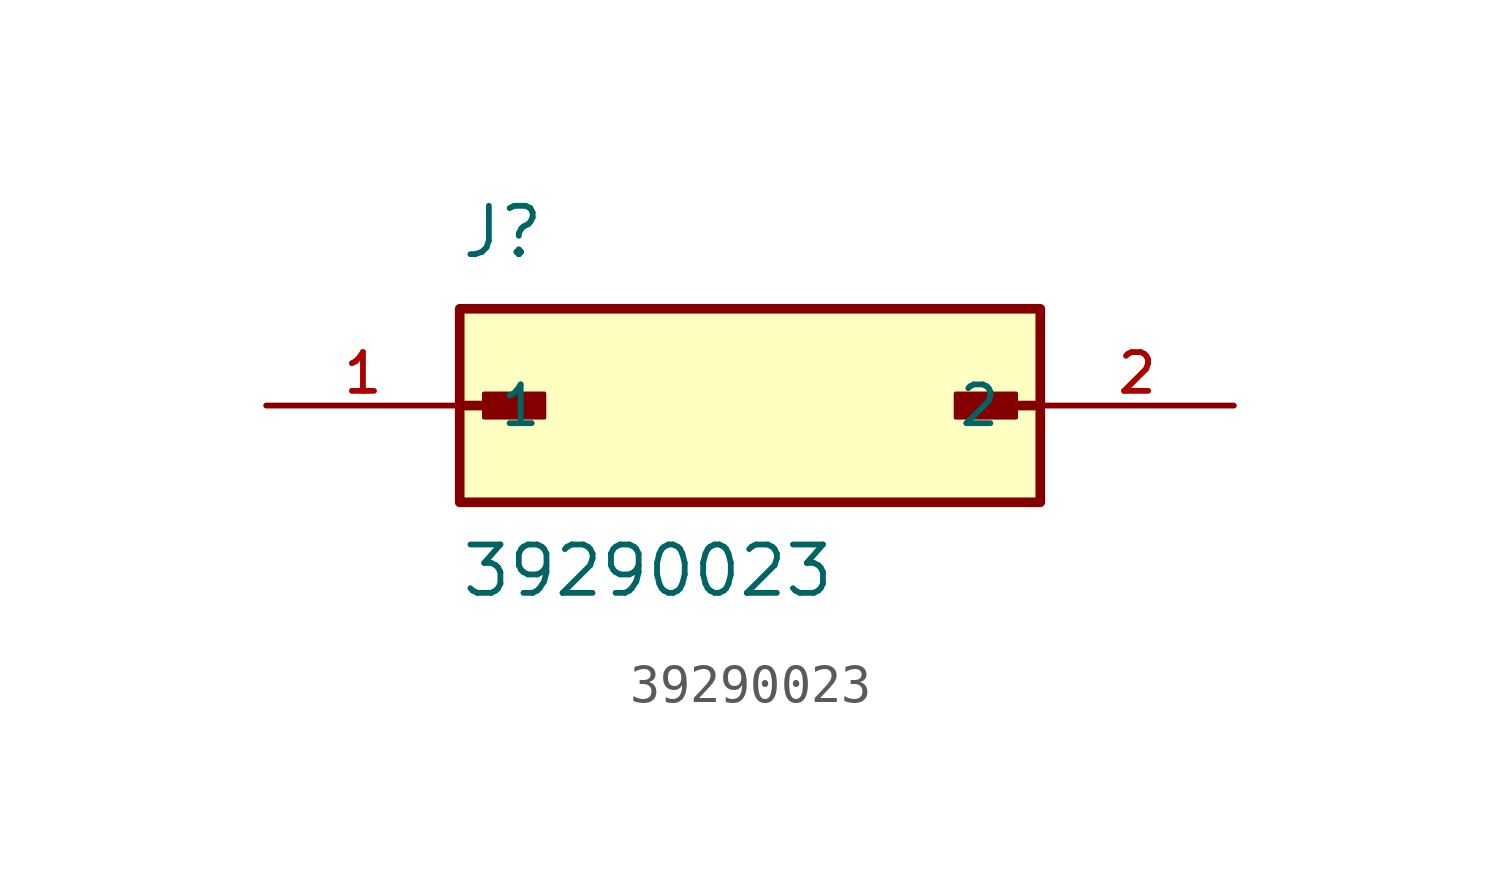
<source format=kicad_sym>
(kicad_symbol_lib
  (version 20211014)
  (generator kicad_symbol_editor)
  (symbol "39290023"
    (pin_names
      (offset 1.016))
    (property "Reference" "J"
      (at -7.62 3.81 0)
      (effects (font (size 1.27 1.27)) (justify bottom left)))
    (property "Value" "39290023"
      (at -7.62 -5.08 0)
      (effects (font (size 1.27 1.27)) (justify bottom left)))
    (symbol "39290023_0_0"
      (polyline (pts (xy -7.62 0.0) (xy -5.715 0.0)) (stroke (width 0.254)))
      (rectangle (start -6.985 -0.318) (end -5.397 0.318) (stroke (width 0.1)) (fill (type outline)))
      (polyline (pts (xy 7.62 0.0) (xy 5.715 0.0)) (stroke (width 0.254)))
      (rectangle (start 5.397 -0.318) (end 6.985 0.318) (stroke (width 0.1)) (fill (type outline)))
      (rectangle (start -7.62 -2.54) (end 7.62 2.54) (stroke (width 0.254)) (fill (type background)))
      (pin passive line (at -12.7 0.0 0) (length 5.08) (name "1" (effects (font (size 1.016 1.016)))) (number "1" (effects (font (size 1.016 1.016)))))
      (pin passive line (at 12.7 0.0 180.0) (length 5.08) (name "2" (effects (font (size 1.016 1.016)))) (number "2" (effects (font (size 1.016 1.016))))))))
</source>
